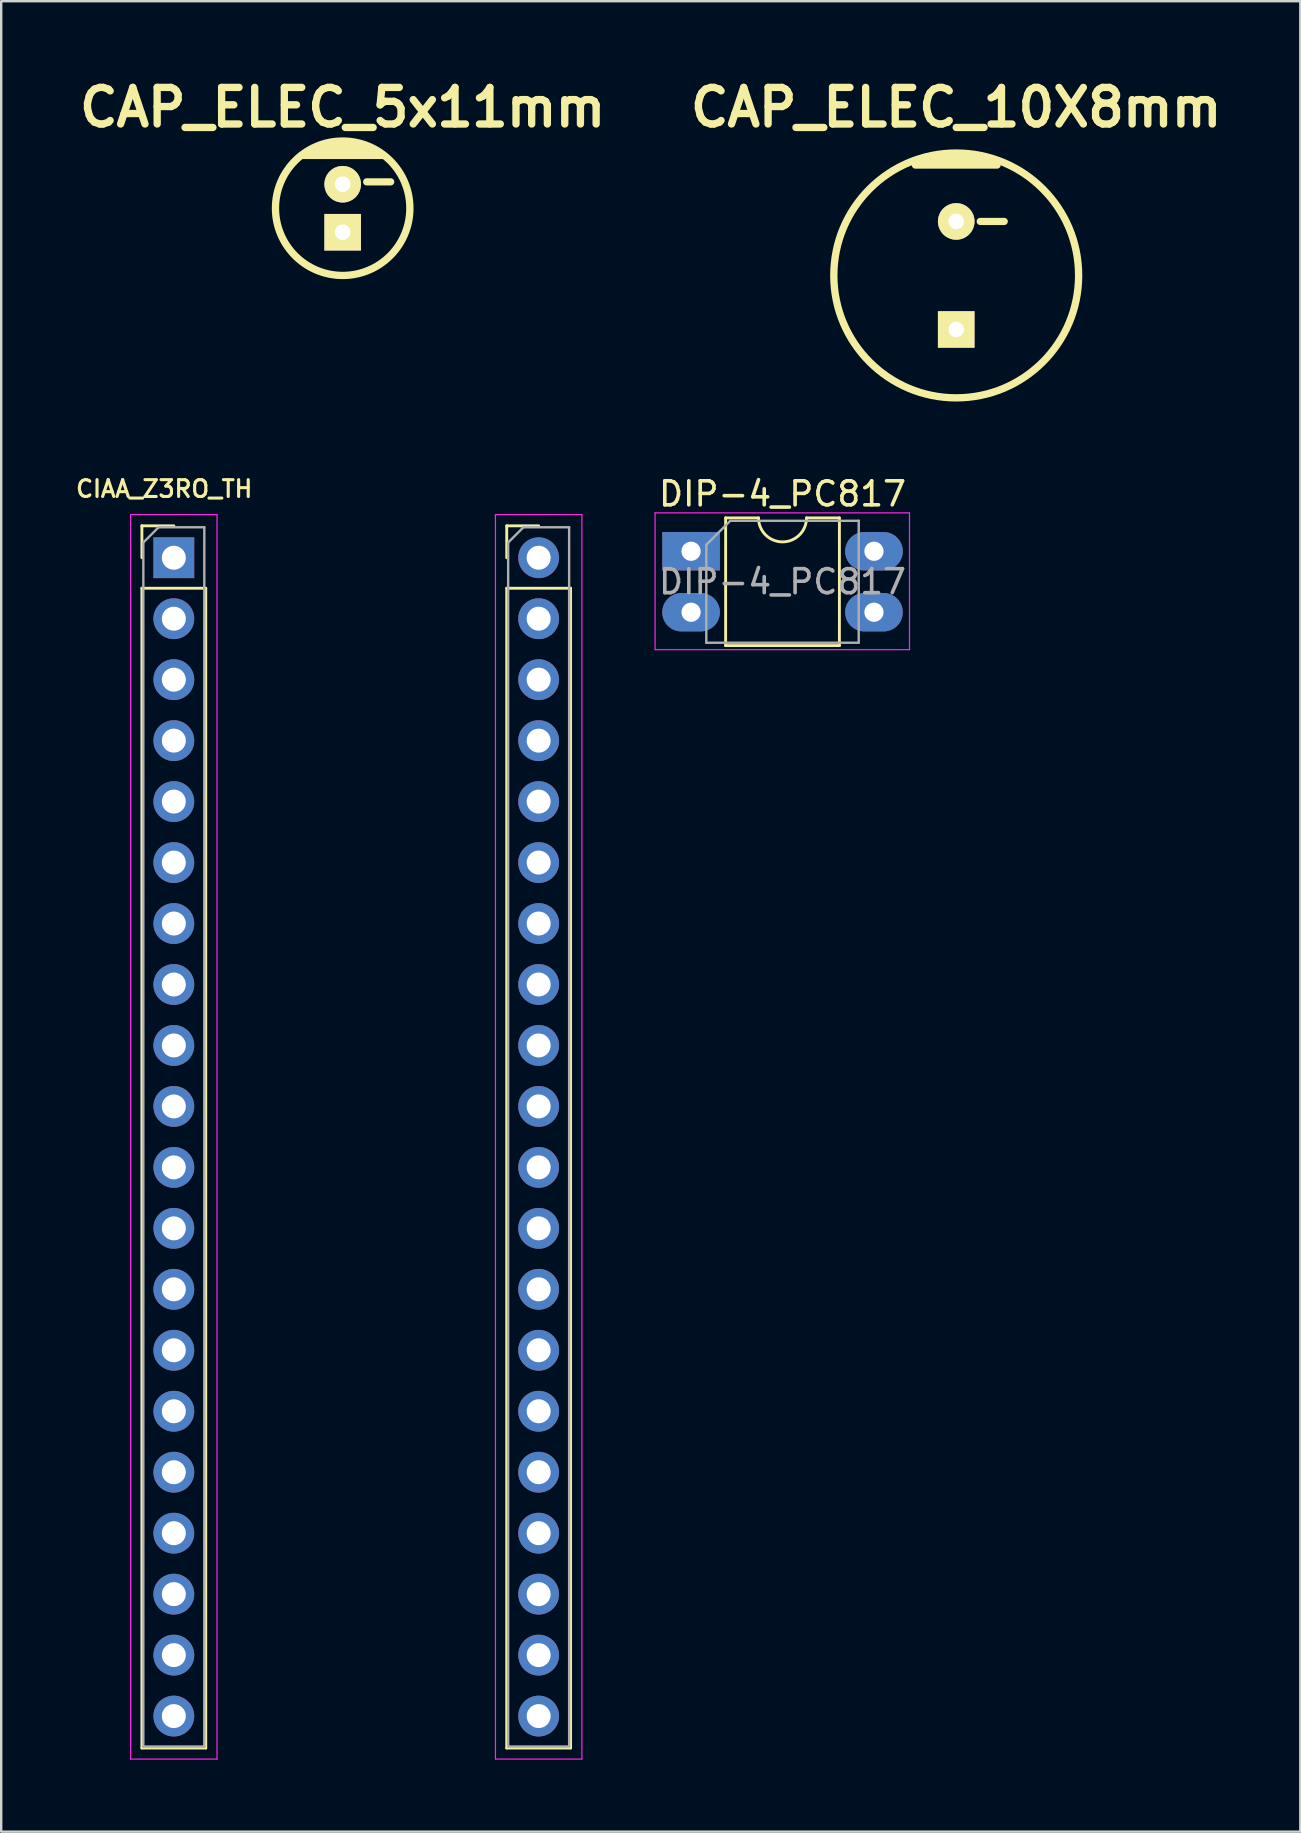
<source format=kicad_pcb>
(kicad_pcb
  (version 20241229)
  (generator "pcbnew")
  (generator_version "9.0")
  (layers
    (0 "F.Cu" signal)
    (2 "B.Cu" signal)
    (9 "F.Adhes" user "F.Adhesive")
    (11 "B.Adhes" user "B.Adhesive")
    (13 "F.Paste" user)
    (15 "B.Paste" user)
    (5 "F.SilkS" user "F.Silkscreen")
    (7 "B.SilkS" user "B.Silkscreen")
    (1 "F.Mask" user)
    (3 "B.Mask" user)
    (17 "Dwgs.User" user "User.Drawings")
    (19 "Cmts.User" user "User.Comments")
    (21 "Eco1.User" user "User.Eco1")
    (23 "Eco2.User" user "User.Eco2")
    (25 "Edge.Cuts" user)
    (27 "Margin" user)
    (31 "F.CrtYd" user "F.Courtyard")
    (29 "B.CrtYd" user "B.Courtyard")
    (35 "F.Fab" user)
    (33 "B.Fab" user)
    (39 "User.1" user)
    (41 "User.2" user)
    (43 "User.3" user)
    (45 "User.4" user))
  (footprint "DIP-4_PC817"
    (layer "F.Cu")
    (at 25.742 19.917)
    (property "Reference" "DIP-4_PC817" (at 3.81 -2.39 0) (layer "F.SilkS") (effects (font (size 1 1) (thickness 0.15))))
    (attr through_hole)
    (fp_line (start 1.44 -1.39) (end 1.44 3.93) (stroke (width 0.12) (type solid)) (layer "F.SilkS"))
    (fp_line (start 1.44 3.93) (end 6.18 3.93) (stroke (width 0.12) (type solid)) (layer "F.SilkS"))
    (fp_line (start 2.81 -1.39) (end 1.44 -1.39) (stroke (width 0.12) (type solid)) (layer "F.SilkS"))
    (fp_line (start 6.18 -1.39) (end 4.81 -1.39) (stroke (width 0.12) (type solid)) (layer "F.SilkS"))
    (fp_line (start 6.18 3.93) (end 6.18 -1.39) (stroke (width 0.12) (type solid)) (layer "F.SilkS"))
    (fp_arc (start 4.81 -1.39) (mid 3.81 -0.39) (end 2.81 -1.39) (stroke (width 0.12) (type solid)) (layer "F.SilkS"))
    (fp_line (start -1.5 -1.6) (end -1.5 4.1) (stroke (width 0.05) (type solid)) (layer "F.CrtYd"))
    (fp_line (start -1.5 4.1) (end 9.1 4.1) (stroke (width 0.05) (type solid)) (layer "F.CrtYd"))
    (fp_line (start 9.1 -1.6) (end -1.5 -1.6) (stroke (width 0.05) (type solid)) (layer "F.CrtYd"))
    (fp_line (start 9.1 4.1) (end 9.1 -1.6) (stroke (width 0.05) (type solid)) (layer "F.CrtYd"))
    (fp_line (start 0.635 -0.27) (end 1.635 -1.27) (stroke (width 0.1) (type solid)) (layer "F.Fab"))
    (fp_line (start 0.635 3.81) (end 0.635 -0.27) (stroke (width 0.1) (type solid)) (layer "F.Fab"))
    (fp_line (start 1.635 -1.27) (end 6.985 -1.27) (stroke (width 0.1) (type solid)) (layer "F.Fab"))
    (fp_line (start 6.985 -1.27) (end 6.985 3.81) (stroke (width 0.1) (type solid)) (layer "F.Fab"))
    (fp_line (start 6.985 3.81) (end 0.635 3.81) (stroke (width 0.1) (type solid)) (layer "F.Fab"))
    (fp_text user "${REFERENCE}" (at 3.81 1.27 0) (layer "F.Fab") (effects (font (size 1 1) (thickness 0.15))))
    (pad "1" thru_hole rect (at 0 0) (size 2.4 1.6) (drill 0.8) (layers "*.Cu" "*.Mask"))
    (pad "2" thru_hole oval (at 0 2.54) (size 2.4 1.6) (drill 0.8) (layers "*.Cu" "*.Mask"))
    (pad "3" thru_hole oval (at 7.62 2.54) (size 2.4 1.6) (drill 0.8) (layers "*.Cu" "*.Mask"))
    (pad "4" thru_hole oval (at 7.62 0) (size 2.4 1.6) (drill 0.8) (layers "*.Cu" "*.Mask")))
  (footprint "CIAA_Z3RO_TH"
    (layer "F.Cu")
    (at 11.792 44.317)
    (property "Reference" "CIAA_Z3RO_TH" (at -8 -27 0) (layer "F.SilkS") (effects (font (size 0.7 0.7) (thickness 0.13))))
    (attr through_hole)
    (fp_line (start -8.93 -25.46) (end -7.6 -25.46) (stroke (width 0.12) (type solid)) (layer "F.SilkS"))
    (fp_line (start -8.93 -24.13) (end -8.93 -25.46) (stroke (width 0.12) (type solid)) (layer "F.SilkS"))
    (fp_line (start -8.93 -22.86) (end -8.93 25.46) (stroke (width 0.12) (type solid)) (layer "F.SilkS"))
    (fp_line (start -8.93 -22.86) (end -6.27 -22.86) (stroke (width 0.12) (type solid)) (layer "F.SilkS"))
    (fp_line (start -8.93 25.46) (end -6.27 25.46) (stroke (width 0.12) (type solid)) (layer "F.SilkS"))
    (fp_line (start -6.27 -22.86) (end -6.27 25.46) (stroke (width 0.12) (type solid)) (layer "F.SilkS"))
    (fp_line (start 6.27 -25.46) (end 7.6 -25.46) (stroke (width 0.12) (type solid)) (layer "F.SilkS"))
    (fp_line (start 6.27 -24.13) (end 6.27 -25.46) (stroke (width 0.12) (type solid)) (layer "F.SilkS"))
    (fp_line (start 6.27 -22.86) (end 6.27 25.46) (stroke (width 0.12) (type solid)) (layer "F.SilkS"))
    (fp_line (start 6.27 -22.86) (end 8.93 -22.86) (stroke (width 0.12) (type solid)) (layer "F.SilkS"))
    (fp_line (start 6.27 25.46) (end 8.93 25.46) (stroke (width 0.12) (type solid)) (layer "F.SilkS"))
    (fp_line (start 8.93 -22.86) (end 8.93 25.46) (stroke (width 0.12) (type solid)) (layer "F.SilkS"))
    (fp_line (start -9.4 -25.93) (end -9.4 25.92) (stroke (width 0.05) (type solid)) (layer "F.CrtYd"))
    (fp_line (start -9.4 25.92) (end -5.8 25.92) (stroke (width 0.05) (type solid)) (layer "F.CrtYd"))
    (fp_line (start -5.8 -25.93) (end -9.4 -25.93) (stroke (width 0.05) (type solid)) (layer "F.CrtYd"))
    (fp_line (start -5.8 25.92) (end -5.8 -25.93) (stroke (width 0.05) (type solid)) (layer "F.CrtYd"))
    (fp_line (start 5.8 -25.93) (end 5.8 25.92) (stroke (width 0.05) (type solid)) (layer "F.CrtYd"))
    (fp_line (start 5.8 25.92) (end 9.4 25.92) (stroke (width 0.05) (type solid)) (layer "F.CrtYd"))
    (fp_line (start 9.4 -25.93) (end 5.8 -25.93) (stroke (width 0.05) (type solid)) (layer "F.CrtYd"))
    (fp_line (start 9.4 25.92) (end 9.4 -25.93) (stroke (width 0.05) (type solid)) (layer "F.CrtYd"))
    (fp_line (start -8.87 -24.765) (end -8.235 -25.4) (stroke (width 0.1) (type solid)) (layer "F.Fab"))
    (fp_line (start -8.87 25.4) (end -8.87 -24.765) (stroke (width 0.1) (type solid)) (layer "F.Fab"))
    (fp_line (start -8.235 -25.4) (end -6.33 -25.4) (stroke (width 0.1) (type solid)) (layer "F.Fab"))
    (fp_line (start -6.33 -25.4) (end -6.33 25.4) (stroke (width 0.1) (type solid)) (layer "F.Fab"))
    (fp_line (start -6.33 25.4) (end -8.87 25.4) (stroke (width 0.1) (type solid)) (layer "F.Fab"))
    (fp_line (start 6.33 -24.765) (end 6.965 -25.4) (stroke (width 0.1) (type solid)) (layer "F.Fab"))
    (fp_line (start 6.33 25.4) (end 6.33 -24.765) (stroke (width 0.1) (type solid)) (layer "F.Fab"))
    (fp_line (start 6.965 -25.4) (end 8.87 -25.4) (stroke (width 0.1) (type solid)) (layer "F.Fab"))
    (fp_line (start 8.87 -25.4) (end 8.87 25.4) (stroke (width 0.1) (type solid)) (layer "F.Fab"))
    (fp_line (start 8.87 25.4) (end 6.33 25.4) (stroke (width 0.1) (type solid)) (layer "F.Fab"))
    (pad "1" thru_hole rect (at -7.6 -24.13) (size 1.7 1.7) (drill 1) (layers "*.Cu" "*.Mask"))
    (pad "2" thru_hole oval (at -7.6 -21.59) (size 1.7 1.7) (drill 1) (layers "*.Cu" "*.Mask"))
    (pad "3" thru_hole circle (at -7.6 -19.05) (size 1.7 1.7) (drill 1) (layers "*.Cu" "*.Mask"))
    (pad "4" thru_hole circle (at -7.6 -16.51) (size 1.7 1.7) (drill 1) (layers "*.Cu" "*.Mask"))
    (pad "5" thru_hole circle (at -7.6 -13.97) (size 1.7 1.7) (drill 1) (layers "*.Cu" "*.Mask"))
    (pad "6" thru_hole circle (at -7.6 -11.43) (size 1.7 1.7) (drill 1) (layers "*.Cu" "*.Mask"))
    (pad "7" thru_hole circle (at -7.6 -8.89) (size 1.7 1.7) (drill 1) (layers "*.Cu" "*.Mask"))
    (pad "8" thru_hole circle (at -7.6 -6.35) (size 1.7 1.7) (drill 1) (layers "*.Cu" "*.Mask"))
    (pad "9" thru_hole circle (at -7.6 -3.81) (size 1.7 1.7) (drill 1) (layers "*.Cu" "*.Mask"))
    (pad "10" thru_hole circle (at -7.6 -1.27) (size 1.7 1.7) (drill 1) (layers "*.Cu" "*.Mask"))
    (pad "11" thru_hole circle (at -7.6 1.27) (size 1.7 1.7) (drill 1) (layers "*.Cu" "*.Mask"))
    (pad "12" thru_hole circle (at -7.6 3.81) (size 1.7 1.7) (drill 1) (layers "*.Cu" "*.Mask"))
    (pad "13" thru_hole circle (at -7.6 6.35) (size 1.7 1.7) (drill 1) (layers "*.Cu" "*.Mask"))
    (pad "14" thru_hole circle (at -7.6 8.89) (size 1.7 1.7) (drill 1) (layers "*.Cu" "*.Mask"))
    (pad "15" thru_hole circle (at -7.6 11.43) (size 1.7 1.7) (drill 1) (layers "*.Cu" "*.Mask"))
    (pad "16" thru_hole circle (at -7.6 13.97) (size 1.7 1.7) (drill 1) (layers "*.Cu" "*.Mask"))
    (pad "17" thru_hole circle (at -7.6 16.51) (size 1.7 1.7) (drill 1) (layers "*.Cu" "*.Mask"))
    (pad "18" thru_hole circle (at -7.6 19.05) (size 1.7 1.7) (drill 1) (layers "*.Cu" "*.Mask"))
    (pad "19" thru_hole circle (at -7.6 21.59) (size 1.7 1.7) (drill 1) (layers "*.Cu" "*.Mask"))
    (pad "20" thru_hole circle (at -7.6 24.13) (size 1.7 1.7) (drill 1) (layers "*.Cu" "*.Mask"))
    (pad "21" thru_hole circle (at 7.6 24.13) (size 1.7 1.7) (drill 1) (layers "*.Cu" "*.Mask"))
    (pad "22" thru_hole circle (at 7.6 21.59) (size 1.7 1.7) (drill 1) (layers "*.Cu" "*.Mask"))
    (pad "23" thru_hole circle (at 7.6 19.05) (size 1.7 1.7) (drill 1) (layers "*.Cu" "*.Mask"))
    (pad "24" thru_hole circle (at 7.6 16.51) (size 1.7 1.7) (drill 1) (layers "*.Cu" "*.Mask"))
    (pad "25" thru_hole circle (at 7.6 13.97) (size 1.7 1.7) (drill 1) (layers "*.Cu" "*.Mask"))
    (pad "26" thru_hole circle (at 7.6 11.43) (size 1.7 1.7) (drill 1) (layers "*.Cu" "*.Mask"))
    (pad "27" thru_hole circle (at 7.6 8.89) (size 1.7 1.7) (drill 1) (layers "*.Cu" "*.Mask"))
    (pad "28" thru_hole circle (at 7.6 6.35) (size 1.7 1.7) (drill 1) (layers "*.Cu" "*.Mask"))
    (pad "29" thru_hole circle (at 7.6 3.81) (size 1.7 1.7) (drill 1) (layers "*.Cu" "*.Mask"))
    (pad "30" thru_hole circle (at 7.6 1.27) (size 1.7 1.7) (drill 1) (layers "*.Cu" "*.Mask"))
    (pad "31" thru_hole circle (at 7.6 -1.27) (size 1.7 1.7) (drill 1) (layers "*.Cu" "*.Mask"))
    (pad "32" thru_hole circle (at 7.6 -3.81) (size 1.7 1.7) (drill 1) (layers "*.Cu" "*.Mask"))
    (pad "33" thru_hole circle (at 7.6 -6.35) (size 1.7 1.7) (drill 1) (layers "*.Cu" "*.Mask"))
    (pad "34" thru_hole circle (at 7.6 -8.89) (size 1.7 1.7) (drill 1) (layers "*.Cu" "*.Mask"))
    (pad "35" thru_hole circle (at 7.6 -11.43) (size 1.7 1.7) (drill 1) (layers "*.Cu" "*.Mask"))
    (pad "36" thru_hole circle (at 7.6 -13.97) (size 1.7 1.7) (drill 1) (layers "*.Cu" "*.Mask"))
    (pad "37" thru_hole circle (at 7.6 -16.51) (size 1.7 1.7) (drill 1) (layers "*.Cu" "*.Mask"))
    (pad "38" thru_hole circle (at 7.6 -19.05) (size 1.7 1.7) (drill 1) (layers "*.Cu" "*.Mask"))
    (pad "39" thru_hole circle (at 7.6 -21.59) (size 1.7 1.7) (drill 1) (layers "*.Cu" "*.Mask"))
    (pad "40" thru_hole circle (at 7.6 -24.13) (size 1.7 1.7) (drill 1) (layers "*.Cu" "*.Mask")))
  (footprint "CAP_ELEC_10X8mm"
    (layer "F.Cu")
    (at 36.789 8.426)
    (property "Reference" "CAP_ELEC_10X8mm" (at 0 -7 0) (layer "F.SilkS") (effects (font (size 1.524 1.524) (thickness 0.305))))
    (attr through_hole)
    (fp_line (start -1.7 -4.6) (end 1.7 -4.6) (stroke (width 0.305) (type solid)) (layer "F.SilkS"))
    (fp_line (start -1.3 -4.8) (end 1.3 -4.8) (stroke (width 0.305) (type solid)) (layer "F.SilkS"))
    (fp_line (start -0.8 -5) (end 0.8 -5) (stroke (width 0.305) (type solid)) (layer "F.SilkS"))
    (fp_line (start 1 -2.25) (end 2 -2.25) (stroke (width 0.3) (type solid)) (layer "F.SilkS"))
    (fp_circle (center 0 0) (end 5.1 0) (stroke (width 0.305) (type solid)) (fill no) (layer "F.SilkS"))
    (pad "1" thru_hole rect (at 0 2.25) (size 1.524 1.524) (drill 0.65) (layers "*.Cu" "*.Mask" "F.SilkS"))
    (pad "2" thru_hole circle (at 0 -2.25) (size 1.524 1.524) (drill 0.65) (layers "*.Cu" "*.Mask" "F.SilkS")))
  (footprint "CAP_ELEC_5x11mm"
    (layer "F.Cu")
    (at 11.227 5.626)
    (property "Reference" "CAP_ELEC_5x11mm" (at 0 -4.2 0) (layer "F.SilkS") (effects (font (size 1.524 1.524) (thickness 0.305))))
    (attr through_hole)
    (fp_line (start -1.7 -2.2) (end 1.7 -2.2) (stroke (width 0.305) (type solid)) (layer "F.SilkS"))
    (fp_line (start -1.3 -2.4) (end 1.3 -2.4) (stroke (width 0.305) (type solid)) (layer "F.SilkS"))
    (fp_line (start -0.8 -2.6) (end 0.8 -2.6) (stroke (width 0.305) (type solid)) (layer "F.SilkS"))
    (fp_line (start 1 -1.1) (end 2 -1.1) (stroke (width 0.3) (type solid)) (layer "F.SilkS"))
    (fp_circle (center 0 0) (end 2.8 0) (stroke (width 0.305) (type solid)) (fill no) (layer "F.SilkS"))
    (pad "1" thru_hole rect (at 0 1) (size 1.524 1.524) (drill 0.65) (layers "*.Cu" "*.Mask" "F.SilkS"))
    (pad "2" thru_hole circle (at 0 -1) (size 1.524 1.524) (drill 0.65) (layers "*.Cu" "*.Mask" "F.SilkS")))
  (gr_rect
    (start -3 -3)
    (end 51.125 73.262)
    (stroke (width 0.1) (type default))
    (fill no)
    (layer "Edge.Cuts")))
</source>
